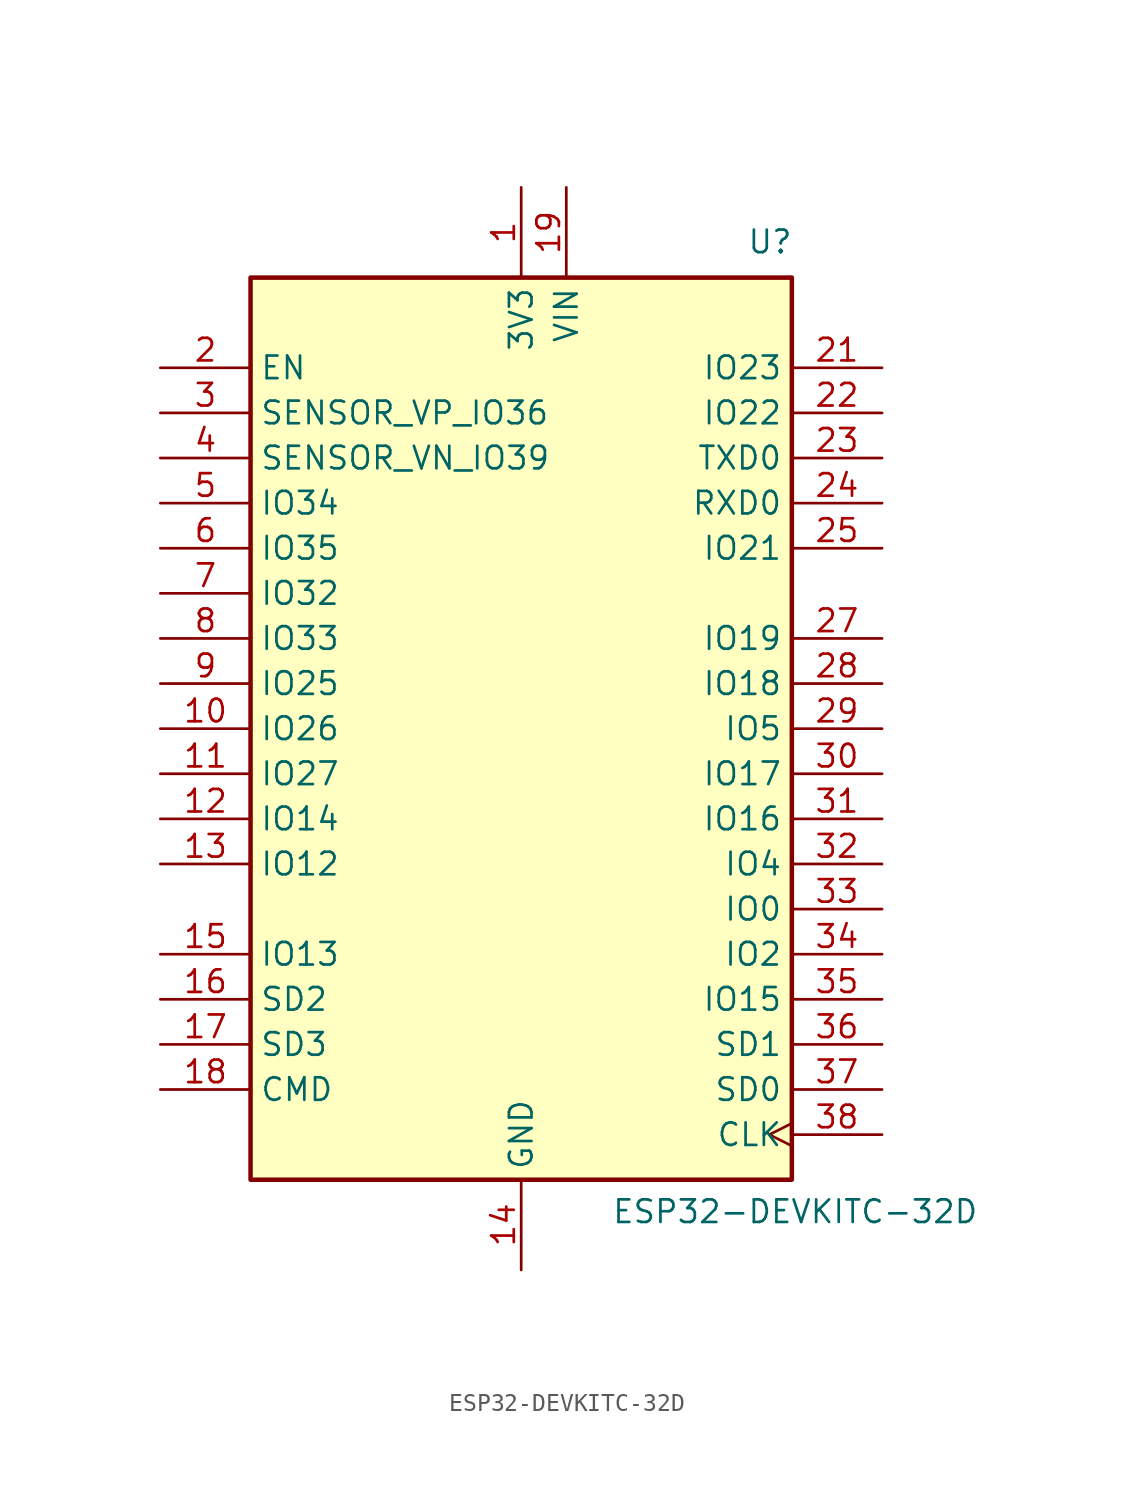
<source format=kicad_sym>
(kicad_symbol_lib
  (version 20211014)
  (generator kicad_symbol_editor)
  (symbol "ESP32-DEVKITC-32D"
    (property "Reference" "U"
      (at 12.7 26.67 0)
      (effects (font (size 1.27 1.27)) (justify left bottom)))
    (property "Value" "ESP32-DEVKITC-32D"
      (at 5.08 -27.94 0)
      (effects (font (size 1.27 1.27)) (justify left bottom)))
    (symbol "ESP32-DEVKITC-32D_0_0"
      (rectangle (start -15.24 25.4) (end 15.24 -25.4) (stroke (width 0.254) (type default) (color 0 0 0 0)) (fill (type background)))
      (pin power_in line (at 0 30.48 270) (length 5.08) (name "3V3" (effects (font (size 1.27 1.27)))) (number "1" (effects (font (size 1.27 1.27)))))
      (pin bidirectional line (at -20.32 0 0) (length 5.08) (name "IO26" (effects (font (size 1.27 1.27)))) (number "10" (effects (font (size 1.27 1.27)))))
      (pin bidirectional line (at -20.32 -2.54 0) (length 5.08) (name "IO27" (effects (font (size 1.27 1.27)))) (number "11" (effects (font (size 1.27 1.27)))))
      (pin bidirectional line (at -20.32 -5.08 0) (length 5.08) (name "IO14" (effects (font (size 1.27 1.27)))) (number "12" (effects (font (size 1.27 1.27)))))
      (pin bidirectional line (at -20.32 -7.62 0) (length 5.08) (name "IO12" (effects (font (size 1.27 1.27)))) (number "13" (effects (font (size 1.27 1.27)))))
      (pin power_in line (at 0 -30.48 90) (length 5.08) (name "GND" (effects (font (size 1.27 1.27)))) (number "14" (effects (font (size 1.27 1.27)))))
      (pin bidirectional line (at -20.32 -12.7 0) (length 5.08) (name "IO13" (effects (font (size 1.27 1.27)))) (number "15" (effects (font (size 1.27 1.27)))))
      (pin bidirectional line (at -20.32 -15.24 0) (length 5.08) (name "SD2" (effects (font (size 1.27 1.27)))) (number "16" (effects (font (size 1.27 1.27)))))
      (pin bidirectional line (at -20.32 -17.78 0) (length 5.08) (name "SD3" (effects (font (size 1.27 1.27)))) (number "17" (effects (font (size 1.27 1.27)))))
      (pin bidirectional line (at -20.32 -20.32 0) (length 5.08) (name "CMD" (effects (font (size 1.27 1.27)))) (number "18" (effects (font (size 1.27 1.27)))))
      (pin power_in line (at 2.54 30.48 270) (length 5.08) (name "VIN" (effects (font (size 1.27 1.27)))) (number "19" (effects (font (size 1.27 1.27)))))
      (pin input line (at -20.32 20.32 0) (length 5.08) (name "EN" (effects (font (size 1.27 1.27)))) (number "2" (effects (font (size 1.27 1.27)))))
      (pin passive line (at 0 -30.48 90) (length 5.08) hide (name "GND" (effects (font (size 1.27 1.27)))) (number "20" (effects (font (size 1.27 1.27)))))
      (pin bidirectional line (at 20.32 20.32 180) (length 5.08) (name "IO23" (effects (font (size 1.27 1.27)))) (number "21" (effects (font (size 1.27 1.27)))))
      (pin bidirectional line (at 20.32 17.78 180) (length 5.08) (name "IO22" (effects (font (size 1.27 1.27)))) (number "22" (effects (font (size 1.27 1.27)))))
      (pin output line (at 20.32 15.24 180) (length 5.08) (name "TXD0" (effects (font (size 1.27 1.27)))) (number "23" (effects (font (size 1.27 1.27)))))
      (pin input line (at 20.32 12.7 180) (length 5.08) (name "RXD0" (effects (font (size 1.27 1.27)))) (number "24" (effects (font (size 1.27 1.27)))))
      (pin bidirectional line (at 20.32 10.16 180) (length 5.08) (name "IO21" (effects (font (size 1.27 1.27)))) (number "25" (effects (font (size 1.27 1.27)))))
      (pin passive line (at 0 -30.48 90) (length 5.08) hide (name "GND" (effects (font (size 1.27 1.27)))) (number "26" (effects (font (size 1.27 1.27)))))
      (pin bidirectional line (at 20.32 5.08 180) (length 5.08) (name "IO19" (effects (font (size 1.27 1.27)))) (number "27" (effects (font (size 1.27 1.27)))))
      (pin bidirectional line (at 20.32 2.54 180) (length 5.08) (name "IO18" (effects (font (size 1.27 1.27)))) (number "28" (effects (font (size 1.27 1.27)))))
      (pin bidirectional line (at 20.32 0 180) (length 5.08) (name "IO5" (effects (font (size 1.27 1.27)))) (number "29" (effects (font (size 1.27 1.27)))))
      (pin input line (at -20.32 17.78 0) (length 5.08) (name "SENSOR_VP_IO36" (effects (font (size 1.27 1.27)))) (number "3" (effects (font (size 1.27 1.27)))))
      (pin bidirectional line (at 20.32 -2.54 180) (length 5.08) (name "IO17" (effects (font (size 1.27 1.27)))) (number "30" (effects (font (size 1.27 1.27)))))
      (pin bidirectional line (at 20.32 -5.08 180) (length 5.08) (name "IO16" (effects (font (size 1.27 1.27)))) (number "31" (effects (font (size 1.27 1.27)))))
      (pin bidirectional line (at 20.32 -7.62 180) (length 5.08) (name "IO4" (effects (font (size 1.27 1.27)))) (number "32" (effects (font (size 1.27 1.27)))))
      (pin bidirectional line (at 20.32 -10.16 180) (length 5.08) (name "IO0" (effects (font (size 1.27 1.27)))) (number "33" (effects (font (size 1.27 1.27)))))
      (pin bidirectional line (at 20.32 -12.7 180) (length 5.08) (name "IO2" (effects (font (size 1.27 1.27)))) (number "34" (effects (font (size 1.27 1.27)))))
      (pin bidirectional line (at 20.32 -15.24 180) (length 5.08) (name "IO15" (effects (font (size 1.27 1.27)))) (number "35" (effects (font (size 1.27 1.27)))))
      (pin bidirectional line (at 20.32 -17.78 180) (length 5.08) (name "SD1" (effects (font (size 1.27 1.27)))) (number "36" (effects (font (size 1.27 1.27)))))
      (pin bidirectional line (at 20.32 -20.32 180) (length 5.08) (name "SD0" (effects (font (size 1.27 1.27)))) (number "37" (effects (font (size 1.27 1.27)))))
      (pin input clock (at 20.32 -22.86 180) (length 5.08) (name "CLK" (effects (font (size 1.27 1.27)))) (number "38" (effects (font (size 1.27 1.27)))))
      (pin input line (at -20.32 15.24 0) (length 5.08) (name "SENSOR_VN_IO39" (effects (font (size 1.27 1.27)))) (number "4" (effects (font (size 1.27 1.27)))))
      (pin bidirectional line (at -20.32 12.7 0) (length 5.08) (name "IO34" (effects (font (size 1.27 1.27)))) (number "5" (effects (font (size 1.27 1.27)))))
      (pin bidirectional line (at -20.32 10.16 0) (length 5.08) (name "IO35" (effects (font (size 1.27 1.27)))) (number "6" (effects (font (size 1.27 1.27)))))
      (pin bidirectional line (at -20.32 7.62 0) (length 5.08) (name "IO32" (effects (font (size 1.27 1.27)))) (number "7" (effects (font (size 1.27 1.27)))))
      (pin bidirectional line (at -20.32 5.08 0) (length 5.08) (name "IO33" (effects (font (size 1.27 1.27)))) (number "8" (effects (font (size 1.27 1.27)))))
      (pin bidirectional line (at -20.32 2.54 0) (length 5.08) (name "IO25" (effects (font (size 1.27 1.27)))) (number "9" (effects (font (size 1.27 1.27))))))))
</source>
